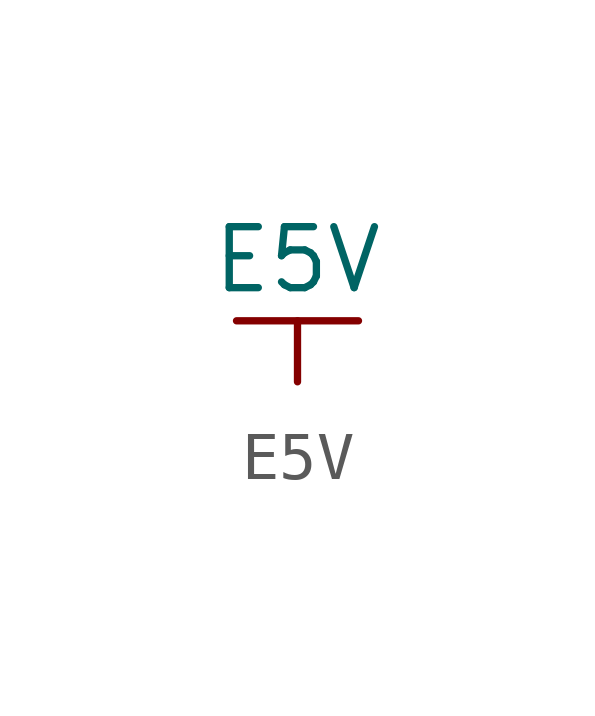
<source format=kicad_sym>
(kicad_symbol_lib
  (version 20220914)
  (generator kicad_symbol_editor)
  (symbol "E5V"
    (power)
    (property "Reference" "#PWR"
      (at 0 0 0)
      (effects (font (size 1.27 1.27)) hide))
    (property "Value" "E5V"
      (at 0 0 0)
      (effects (font (size 1.27 1.27))))
    (symbol "E5V_0_1"
      (polyline (pts (xy -1.27 -1.27) (xy 1.27 -1.27)) (stroke (width 0) (type default)) (fill (type none)))
      (polyline (pts (xy 0 -1.27) (xy 0 -2.54)) (stroke (width 0) (type default)) (fill (type none))))
    (symbol "E5V_1_1"
      (pin power_in line (at 0 -2.54 90) (length 0) hide (name "U5V" (effects (font (size 1.27 1.27)))) (number "1" (effects (font (size 1.27 1.27))))))))
</source>
